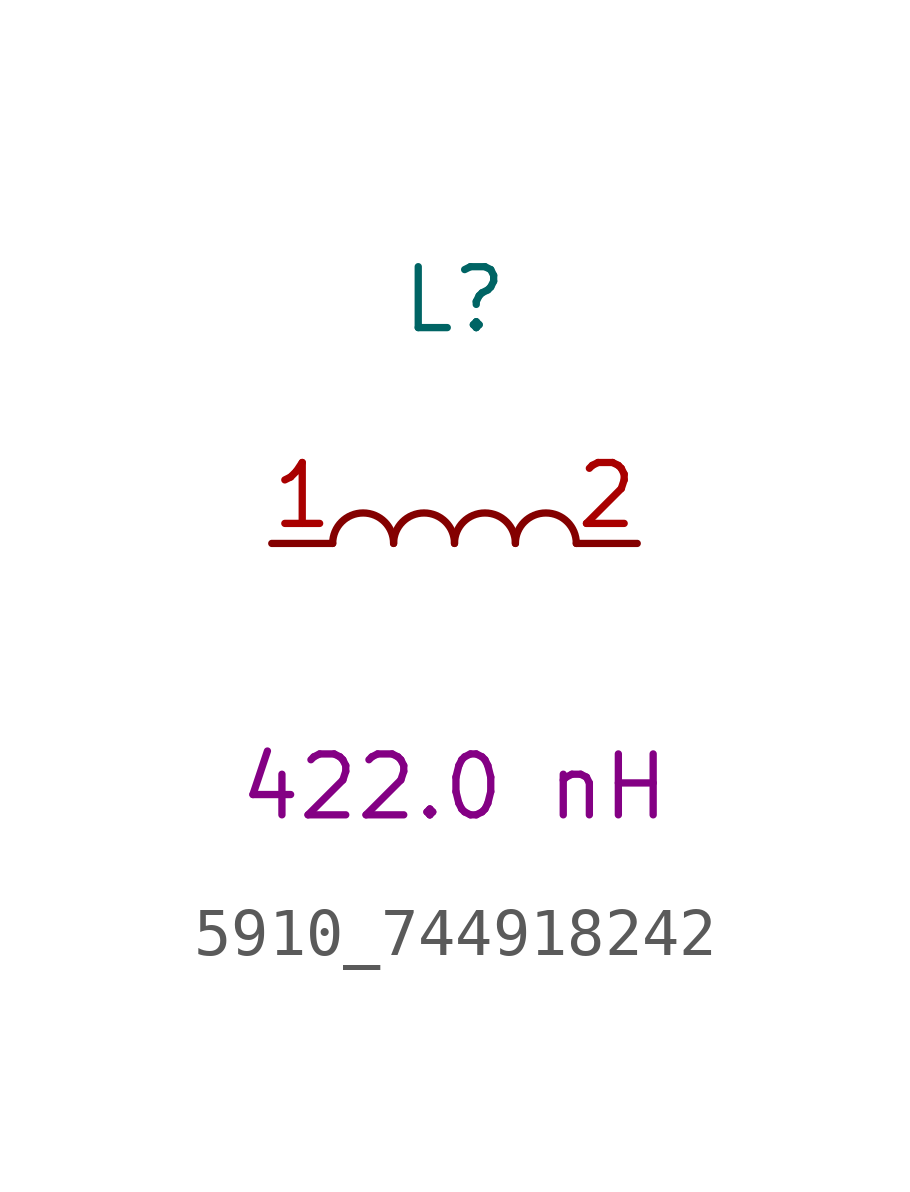
<source format=kicad_sym>
(kicad_symbol_lib
  (version 20220914)
  (generator kicad_symbol_editor)
  (symbol "5910_744918242"
    (pin_names hide)
    (property "Reference" "L"
      (at 0 5.08 0)
      (effects (font (size 1.27 1.27))))
    (property "Critical Parameter" "422.0 nH"
      (at 0 -5.08 0)
      (effects (font (size 1.27 1.27))))
    (symbol "5910_744918242_0_1"
      (arc (start -1.27 0) (mid -1.905 0.6323) (end -2.54 0) (stroke (width 0) (type default)) (fill (type none)))
      (arc (start 0 0) (mid -0.635 0.6323) (end -1.27 0) (stroke (width 0) (type default)) (fill (type none)))
      (arc (start 1.27 0) (mid 0.635 0.6323) (end 0 0) (stroke (width 0) (type default)) (fill (type none)))
      (arc (start 2.54 0) (mid 1.905 0.6323) (end 1.27 0) (stroke (width 0) (type default)) (fill (type none))))
    (symbol "5910_744918242_1_1"
      (pin passive line (at -3.81 0 0) (length 1.27) (name "1" (effects (font (size 1.27 1.27)))) (number "1" (effects (font (size 1.27 1.27)))))
      (pin passive line (at 3.81 0 180) (length 1.27) (name "2" (effects (font (size 1.27 1.27)))) (number "2" (effects (font (size 1.27 1.27))))))))
</source>
